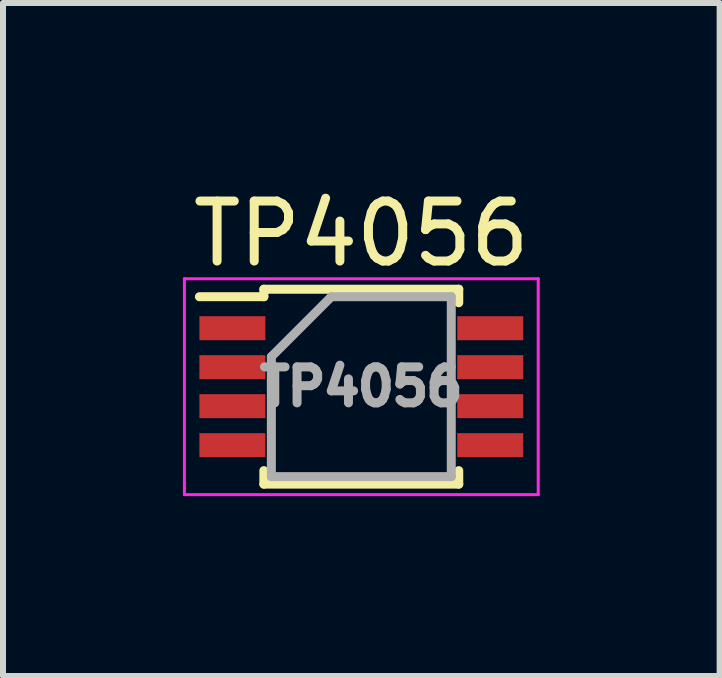
<source format=kicad_pcb>
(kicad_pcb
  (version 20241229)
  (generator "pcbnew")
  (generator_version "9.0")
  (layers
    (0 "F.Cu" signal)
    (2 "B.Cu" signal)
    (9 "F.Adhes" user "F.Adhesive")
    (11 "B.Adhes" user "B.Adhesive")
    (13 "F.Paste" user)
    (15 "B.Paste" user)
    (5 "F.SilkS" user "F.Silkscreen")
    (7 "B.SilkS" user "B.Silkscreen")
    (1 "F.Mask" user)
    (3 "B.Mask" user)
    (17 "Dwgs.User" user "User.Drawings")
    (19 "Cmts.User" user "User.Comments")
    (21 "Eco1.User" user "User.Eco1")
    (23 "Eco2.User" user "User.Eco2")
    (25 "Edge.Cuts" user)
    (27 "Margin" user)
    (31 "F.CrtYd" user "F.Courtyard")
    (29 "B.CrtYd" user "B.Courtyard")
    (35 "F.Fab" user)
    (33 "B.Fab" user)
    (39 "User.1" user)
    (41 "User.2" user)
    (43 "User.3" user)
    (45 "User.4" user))
  (footprint "TP4056"
    (layer "F.Cu")
    (at 2.975 3.398)
    (property "Reference" "TP4056" (at 0 -2.55 0) (layer "F.SilkS") (effects (font (size 1 1) (thickness 0.15))))
    (attr smd)
    (fp_line (start -1.625 -1.625) (end -1.625 -1.5) (stroke (width 0.15) (type solid)) (layer "F.SilkS"))
    (fp_line (start -1.625 -1.625) (end 1.625 -1.625) (stroke (width 0.15) (type solid)) (layer "F.SilkS"))
    (fp_line (start -1.625 -1.5) (end -2.7 -1.5) (stroke (width 0.15) (type solid)) (layer "F.SilkS"))
    (fp_line (start -1.625 1.625) (end -1.625 1.4) (stroke (width 0.15) (type solid)) (layer "F.SilkS"))
    (fp_line (start -1.625 1.625) (end 1.625 1.625) (stroke (width 0.15) (type solid)) (layer "F.SilkS"))
    (fp_line (start 1.625 -1.625) (end 1.625 -1.4) (stroke (width 0.15) (type solid)) (layer "F.SilkS"))
    (fp_line (start 1.625 1.625) (end 1.625 1.4) (stroke (width 0.15) (type solid)) (layer "F.SilkS"))
    (fp_line (start -2.95 -1.8) (end -2.95 1.8) (stroke (width 0.05) (type solid)) (layer "F.CrtYd"))
    (fp_line (start -2.95 -1.8) (end 2.95 -1.8) (stroke (width 0.05) (type solid)) (layer "F.CrtYd"))
    (fp_line (start -2.95 1.8) (end 2.95 1.8) (stroke (width 0.05) (type solid)) (layer "F.CrtYd"))
    (fp_line (start 2.95 -1.8) (end 2.95 1.8) (stroke (width 0.05) (type solid)) (layer "F.CrtYd"))
    (fp_line (start -1.5 -0.5) (end -0.5 -1.5) (stroke (width 0.15) (type solid)) (layer "F.Fab"))
    (fp_line (start -1.5 1.5) (end -1.5 -0.5) (stroke (width 0.15) (type solid)) (layer "F.Fab"))
    (fp_line (start -0.5 -1.5) (end 1.5 -1.5) (stroke (width 0.15) (type solid)) (layer "F.Fab"))
    (fp_line (start 1.5 -1.5) (end 1.5 1.5) (stroke (width 0.15) (type solid)) (layer "F.Fab"))
    (fp_line (start 1.5 1.5) (end -1.5 1.5) (stroke (width 0.15) (type solid)) (layer "F.Fab"))
    (fp_text user "${REFERENCE}" (at 0 0 0) (layer "F.Fab") (effects (font (size 0.6 0.6) (thickness 0.15))))
    (pad "1" smd rect (at -2.15 -0.975) (size 1.1 0.4) (layers "F.Cu" "F.Mask" "F.Paste"))
    (pad "2" smd rect (at -2.15 -0.325) (size 1.1 0.4) (layers "F.Cu" "F.Mask" "F.Paste"))
    (pad "3" smd rect (at -2.15 0.325) (size 1.1 0.4) (layers "F.Cu" "F.Mask" "F.Paste"))
    (pad "4" smd rect (at -2.15 0.975) (size 1.1 0.4) (layers "F.Cu" "F.Mask" "F.Paste"))
    (pad "5" smd rect (at 2.15 0.975) (size 1.1 0.4) (layers "F.Cu" "F.Mask" "F.Paste"))
    (pad "6" smd rect (at 2.15 0.325) (size 1.1 0.4) (layers "F.Cu" "F.Mask" "F.Paste"))
    (pad "7" smd rect (at 2.15 -0.325) (size 1.1 0.4) (layers "F.Cu" "F.Mask" "F.Paste"))
    (pad "8" smd rect (at 2.15 -0.975) (size 1.1 0.4) (layers "F.Cu" "F.Mask" "F.Paste")))
  (gr_rect
    (start -3 -3)
    (end 8.95 8.223)
    (stroke (width 0.1) (type default))
    (fill no)
    (layer "Edge.Cuts")))
</source>
